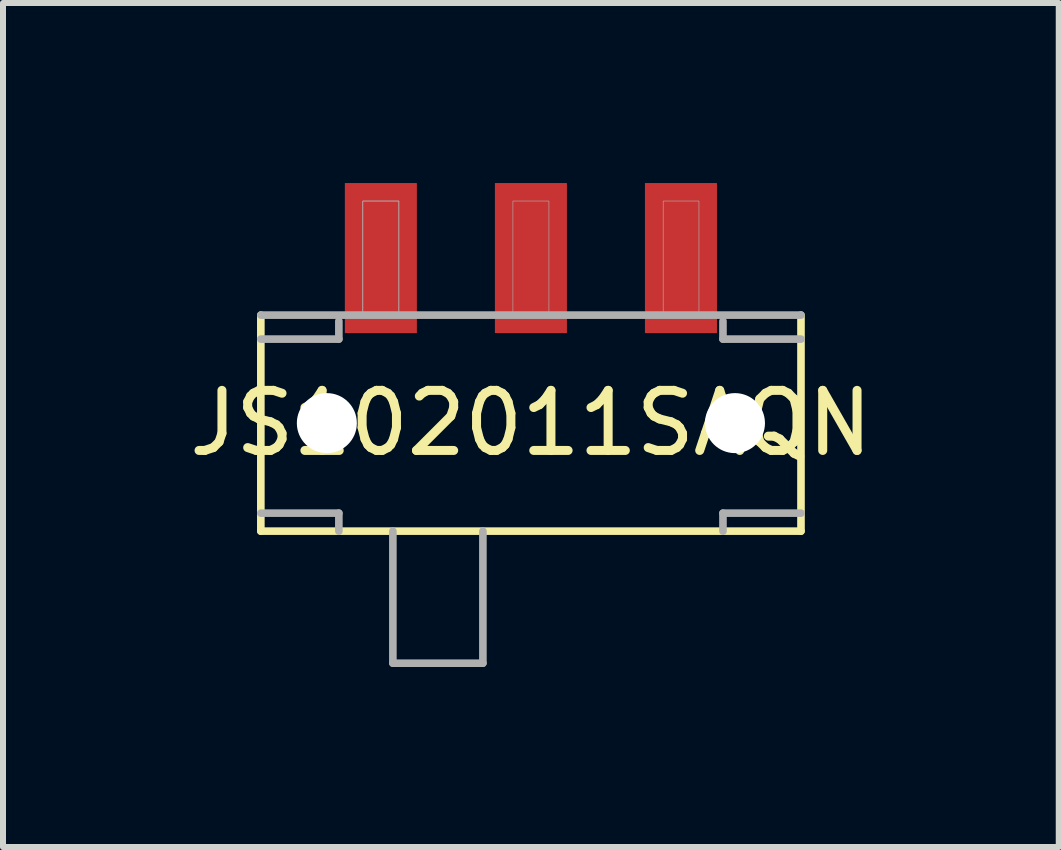
<source format=kicad_pcb>
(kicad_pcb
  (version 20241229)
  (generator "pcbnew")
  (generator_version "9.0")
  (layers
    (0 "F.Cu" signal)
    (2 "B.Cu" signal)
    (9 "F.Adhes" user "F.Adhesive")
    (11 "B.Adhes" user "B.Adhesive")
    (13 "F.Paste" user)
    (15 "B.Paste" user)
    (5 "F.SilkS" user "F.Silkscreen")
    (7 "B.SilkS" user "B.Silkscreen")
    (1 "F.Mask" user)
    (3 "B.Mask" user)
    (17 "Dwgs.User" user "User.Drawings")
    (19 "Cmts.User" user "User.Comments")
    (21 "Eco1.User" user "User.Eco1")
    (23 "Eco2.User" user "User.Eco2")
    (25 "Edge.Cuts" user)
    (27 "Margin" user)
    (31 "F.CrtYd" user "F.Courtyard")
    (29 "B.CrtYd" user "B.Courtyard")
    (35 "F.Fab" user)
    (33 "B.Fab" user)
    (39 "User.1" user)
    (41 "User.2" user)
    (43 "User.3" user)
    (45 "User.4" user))
  (footprint "JS102011SAQN"
    (layer "F.Cu")
    (at 5.796 1.25)
    (property "Reference" "JS102011SAQN" (at 0 2.75 180) (layer "F.SilkS") (effects (font (size 1.001 1.001) (thickness 0.15))))
    (attr smd)
    (fp_line (start -4.5 0.95) (end -4.5 4.55) (stroke (width 0.127) (type solid)) (layer "F.SilkS"))
    (fp_line (start -4.5 4.55) (end 4.5 4.55) (stroke (width 0.127) (type solid)) (layer "F.SilkS"))
    (fp_line (start 4.5 0.95) (end 4.5 4.55) (stroke (width 0.127) (type solid)) (layer "F.SilkS"))
    (fp_line (start -4.5 0.95) (end 4.5 0.95) (stroke (width 0.127) (type solid)) (layer "F.Fab"))
    (fp_line (start -4.5 1.35) (end -3.2 1.35) (stroke (width 0.127) (type solid)) (layer "F.Fab"))
    (fp_line (start -4.5 4.25) (end -3.2 4.25) (stroke (width 0.127) (type solid)) (layer "F.Fab"))
    (fp_line (start -3.2 1.05) (end -3.2 1.35) (stroke (width 0.127) (type solid)) (layer "F.Fab"))
    (fp_line (start -3.2 4.25) (end -3.2 4.55) (stroke (width 0.127) (type solid)) (layer "F.Fab"))
    (fp_line (start -2.3 4.55) (end -2.3 6.75) (stroke (width 0.127) (type solid)) (layer "F.Fab"))
    (fp_line (start -2.3 6.75) (end -0.8 6.75) (stroke (width 0.127) (type solid)) (layer "F.Fab"))
    (fp_line (start -0.8 6.75) (end -0.8 4.55) (stroke (width 0.127) (type solid)) (layer "F.Fab"))
    (fp_line (start 3.2 1.05) (end 3.2 1.35) (stroke (width 0.127) (type solid)) (layer "F.Fab"))
    (fp_line (start 3.2 1.35) (end 4.5 1.35) (stroke (width 0.127) (type solid)) (layer "F.Fab"))
    (fp_line (start 3.2 4.25) (end 3.2 4.55) (stroke (width 0.127) (type solid)) (layer "F.Fab"))
    (fp_line (start 3.2 4.25) (end 4.5 4.25) (stroke (width 0.127) (type solid)) (layer "F.Fab"))
    (fp_poly (pts (xy -2.801 -0.95) (xy -2.2 -0.95) (xy -2.2 0.949) (xy -2.801 0.949)) (stroke (width 0.01) (type solid)) (fill no) (layer "F.Fab"))
    (fp_poly (pts (xy -2.801 -0.95) (xy -2.2 -0.95) (xy -2.2 0.949) (xy -2.801 0.949)) (stroke (width 0.01) (type solid)) (fill no) (layer "F.Fab"))
    (fp_poly (pts (xy -0.3 -0.95) (xy 0.3 -0.95) (xy 0.3 0.95) (xy -0.3 0.95)) (stroke (width 0.01) (type solid)) (fill no) (layer "F.Fab"))
    (fp_poly (pts (xy 2.204 -0.95) (xy 2.8 -0.95) (xy 2.8 0.947) (xy 2.204 0.947)) (stroke (width 0.01) (type solid)) (fill no) (layer "F.Fab"))
    (pad "" np_thru_hole circle (at -3.4 2.75) (size 1 1) (drill 1) (layers "*.Cu" "*.Mask"))
    (pad "" np_thru_hole circle (at 3.4 2.75) (size 1 1) (drill 1) (layers "*.Cu" "*.Mask"))
    (pad "1" smd rect (at -2.5 0) (size 1.2 2.5) (layers "F.Cu" "F.Mask" "F.Paste"))
    (pad "2" smd rect (at 0 0) (size 1.2 2.5) (layers "F.Cu" "F.Mask" "F.Paste"))
    (pad "3" smd rect (at 2.5 0) (size 1.2 2.5) (layers "F.Cu" "F.Mask" "F.Paste")))
  (gr_rect
    (start -3 -3)
    (end 14.591 11.063)
    (stroke (width 0.1) (type default))
    (fill no)
    (layer "Edge.Cuts")))
</source>
